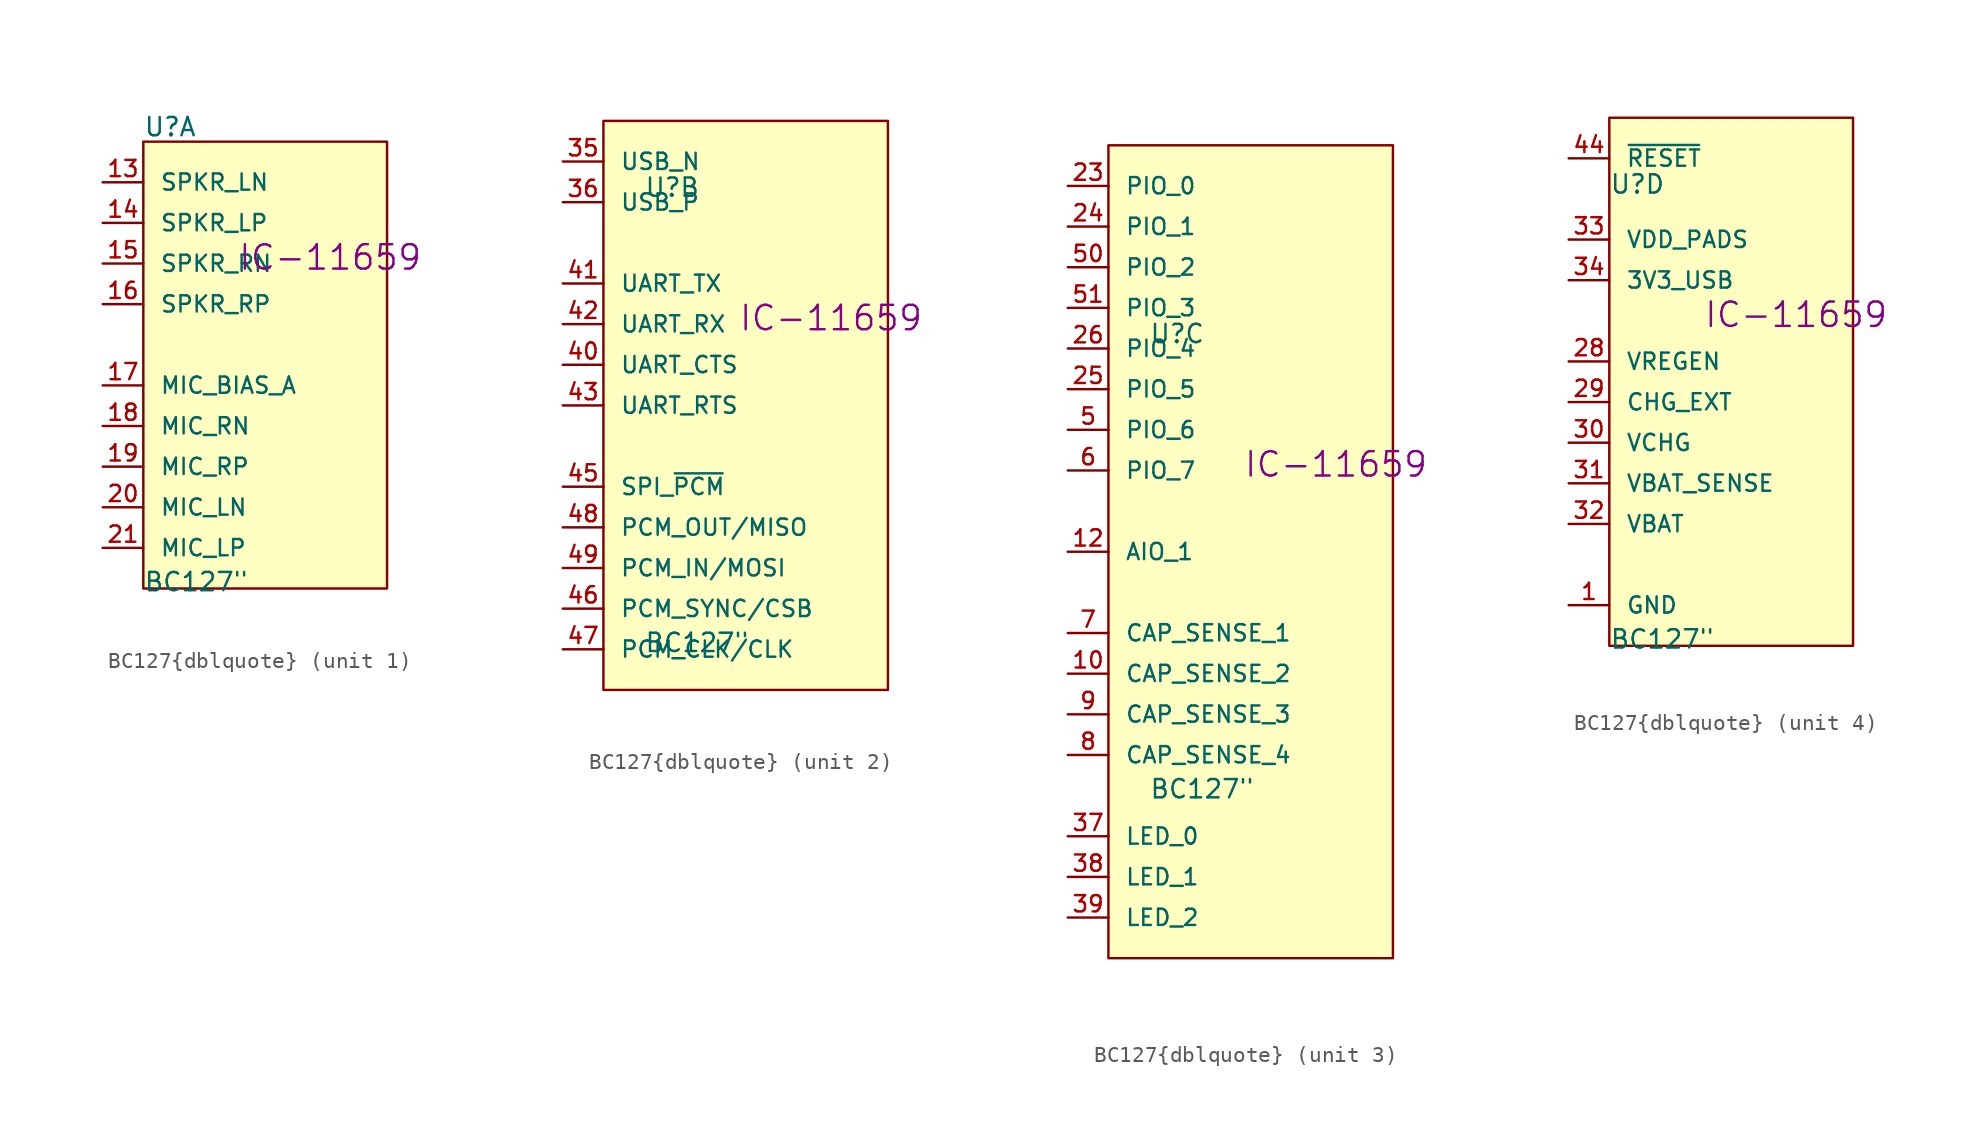
<source format=kicad_sym>
(kicad_symbol_lib
  (version 20220914)
  (generator kicad_symbol_editor)
  (symbol "BC127{dblquote}"
    (pin_names
      (offset 1.016))
    (property "Reference" "U"
      (at -7.62 12.954 0)
      (effects (font (size 1.143 1.143)) (justify left bottom)))
    (property "Value" "BC127\""
      (at -7.62 -15.494 0)
      (effects (font (size 1.143 1.143)) (justify left bottom)))
    (property "Field4" "IC-11659"
      (at 4.064 5.461 0)
      (effects (font (size 1.524 1.524))))
    (property "ki_locked" ""
      (at 0 0 0)
      (effects (font (size 1.27 1.27))))
    (symbol "BC127{dblquote}_1_1"
      (polyline (pts (xy -7.62 12.7) (xy -7.62 -15.24) (xy 7.62 -15.24) (xy 7.62 12.7) (xy -7.62 12.7)) (stroke (width 0) (type solid)) (fill (type background)))
      (pin bidirectional line (at -10.16 10.16 0) (length 2.54) (name "SPKR_LN" (effects (font (size 1.016 1.016)))) (number "13" (effects (font (size 1.016 1.016)))))
      (pin bidirectional line (at -10.16 7.62 0) (length 2.54) (name "SPKR_LP" (effects (font (size 1.016 1.016)))) (number "14" (effects (font (size 1.016 1.016)))))
      (pin bidirectional line (at -10.16 5.08 0) (length 2.54) (name "SPKR_RN" (effects (font (size 1.016 1.016)))) (number "15" (effects (font (size 1.016 1.016)))))
      (pin bidirectional line (at -10.16 2.54 0) (length 2.54) (name "SPKR_RP" (effects (font (size 1.016 1.016)))) (number "16" (effects (font (size 1.016 1.016)))))
      (pin bidirectional line (at -10.16 -2.54 0) (length 2.54) (name "MIC_BIAS_A" (effects (font (size 1.016 1.016)))) (number "17" (effects (font (size 1.016 1.016)))))
      (pin bidirectional line (at -10.16 -5.08 0) (length 2.54) (name "MIC_RN" (effects (font (size 1.016 1.016)))) (number "18" (effects (font (size 1.016 1.016)))))
      (pin bidirectional line (at -10.16 -7.62 0) (length 2.54) (name "MIC_RP" (effects (font (size 1.016 1.016)))) (number "19" (effects (font (size 1.016 1.016)))))
      (pin bidirectional line (at -10.16 -10.16 0) (length 2.54) (name "MIC_LN" (effects (font (size 1.016 1.016)))) (number "20" (effects (font (size 1.016 1.016)))))
      (pin bidirectional line (at -10.16 -12.7 0) (length 2.54) (name "MIC_LP" (effects (font (size 1.016 1.016)))) (number "21" (effects (font (size 1.016 1.016))))))
    (symbol "BC127{dblquote}_2_1"
      (polyline (pts (xy -10.16 17.78) (xy -10.16 -17.78) (xy 7.62 -17.78) (xy 7.62 17.78) (xy -10.16 17.78)) (stroke (width 0) (type solid)) (fill (type background)))
      (pin bidirectional line (at -12.7 15.24 0) (length 2.54) (name "USB_N" (effects (font (size 1.016 1.016)))) (number "35" (effects (font (size 1.016 1.016)))))
      (pin bidirectional line (at -12.7 12.7 0) (length 2.54) (name "USB_P" (effects (font (size 1.016 1.016)))) (number "36" (effects (font (size 1.016 1.016)))))
      (pin bidirectional line (at -12.7 2.54 0) (length 2.54) (name "UART_CTS" (effects (font (size 1.016 1.016)))) (number "40" (effects (font (size 1.016 1.016)))))
      (pin bidirectional line (at -12.7 7.62 0) (length 2.54) (name "UART_TX" (effects (font (size 1.016 1.016)))) (number "41" (effects (font (size 1.016 1.016)))))
      (pin bidirectional line (at -12.7 5.08 0) (length 2.54) (name "UART_RX" (effects (font (size 1.016 1.016)))) (number "42" (effects (font (size 1.016 1.016)))))
      (pin bidirectional line (at -12.7 0 0) (length 2.54) (name "UART_RTS" (effects (font (size 1.016 1.016)))) (number "43" (effects (font (size 1.016 1.016)))))
      (pin bidirectional line (at -12.7 -5.08 0) (length 2.54) (name "SPI_~{PCM}" (effects (font (size 1.016 1.016)))) (number "45" (effects (font (size 1.016 1.016)))))
      (pin bidirectional line (at -12.7 -12.7 0) (length 2.54) (name "PCM_SYNC/CSB" (effects (font (size 1.016 1.016)))) (number "46" (effects (font (size 1.016 1.016)))))
      (pin bidirectional line (at -12.7 -15.24 0) (length 2.54) (name "PCM_CLK/CLK" (effects (font (size 1.016 1.016)))) (number "47" (effects (font (size 1.016 1.016)))))
      (pin bidirectional line (at -12.7 -7.62 0) (length 2.54) (name "PCM_OUT/MISO" (effects (font (size 1.016 1.016)))) (number "48" (effects (font (size 1.016 1.016)))))
      (pin bidirectional line (at -12.7 -10.16 0) (length 2.54) (name "PCM_IN/MOSI" (effects (font (size 1.016 1.016)))) (number "49" (effects (font (size 1.016 1.016))))))
    (symbol "BC127{dblquote}_3_1"
      (polyline (pts (xy -10.16 25.4) (xy -10.16 -25.4) (xy 7.62 -25.4) (xy 7.62 25.4) (xy -10.16 25.4)) (stroke (width 0) (type solid)) (fill (type background)))
      (pin bidirectional line (at -12.7 -7.62 0) (length 2.54) (name "CAP_SENSE_2" (effects (font (size 1.016 1.016)))) (number "10" (effects (font (size 1.016 1.016)))))
      (pin bidirectional line (at -12.7 0 0) (length 2.54) (name "AIO_1" (effects (font (size 1.016 1.016)))) (number "12" (effects (font (size 1.016 1.016)))))
      (pin bidirectional line (at -12.7 22.86 0) (length 2.54) (name "PIO_0" (effects (font (size 1.016 1.016)))) (number "23" (effects (font (size 1.016 1.016)))))
      (pin bidirectional line (at -12.7 20.32 0) (length 2.54) (name "PIO_1" (effects (font (size 1.016 1.016)))) (number "24" (effects (font (size 1.016 1.016)))))
      (pin bidirectional line (at -12.7 10.16 0) (length 2.54) (name "PIO_5" (effects (font (size 1.016 1.016)))) (number "25" (effects (font (size 1.016 1.016)))))
      (pin bidirectional line (at -12.7 12.7 0) (length 2.54) (name "PIO_4" (effects (font (size 1.016 1.016)))) (number "26" (effects (font (size 1.016 1.016)))))
      (pin bidirectional line (at -12.7 -17.78 0) (length 2.54) (name "LED_0" (effects (font (size 1.016 1.016)))) (number "37" (effects (font (size 1.016 1.016)))))
      (pin bidirectional line (at -12.7 -20.32 0) (length 2.54) (name "LED_1" (effects (font (size 1.016 1.016)))) (number "38" (effects (font (size 1.016 1.016)))))
      (pin bidirectional line (at -12.7 -22.86 0) (length 2.54) (name "LED_2" (effects (font (size 1.016 1.016)))) (number "39" (effects (font (size 1.016 1.016)))))
      (pin bidirectional line (at -12.7 7.62 0) (length 2.54) (name "PIO_6" (effects (font (size 1.016 1.016)))) (number "5" (effects (font (size 1.016 1.016)))))
      (pin bidirectional line (at -12.7 17.78 0) (length 2.54) (name "PIO_2" (effects (font (size 1.016 1.016)))) (number "50" (effects (font (size 1.016 1.016)))))
      (pin bidirectional line (at -12.7 15.24 0) (length 2.54) (name "PIO_3" (effects (font (size 1.016 1.016)))) (number "51" (effects (font (size 1.016 1.016)))))
      (pin bidirectional line (at -12.7 5.08 0) (length 2.54) (name "PIO_7" (effects (font (size 1.016 1.016)))) (number "6" (effects (font (size 1.016 1.016)))))
      (pin bidirectional line (at -12.7 -5.08 0) (length 2.54) (name "CAP_SENSE_1" (effects (font (size 1.016 1.016)))) (number "7" (effects (font (size 1.016 1.016)))))
      (pin bidirectional line (at -12.7 -12.7 0) (length 2.54) (name "CAP_SENSE_4" (effects (font (size 1.016 1.016)))) (number "8" (effects (font (size 1.016 1.016)))))
      (pin bidirectional line (at -12.7 -10.16 0) (length 2.54) (name "CAP_SENSE_3" (effects (font (size 1.016 1.016)))) (number "9" (effects (font (size 1.016 1.016))))))
    (symbol "BC127{dblquote}_4_1"
      (polyline (pts (xy -7.62 17.78) (xy -7.62 -15.24) (xy 7.62 -15.24) (xy 7.62 17.78) (xy -7.62 17.78)) (stroke (width 0) (type solid)) (fill (type background)))
      (pin bidirectional line (at -10.16 -12.7 0) (length 2.54) (name "GND" (effects (font (size 1.016 1.016)))) (number "1" (effects (font (size 1.016 1.016)))))
      (pin bidirectional line (at -10.16 -12.7 0) (length 2.54) hide (name "GND" (effects (font (size 1.016 1.016)))) (number "11" (effects (font (size 1.016 1.016)))))
      (pin bidirectional line (at -10.16 -12.7 0) (length 2.54) hide (name "GND" (effects (font (size 1.016 1.016)))) (number "2" (effects (font (size 1.016 1.016)))))
      (pin bidirectional line (at -10.16 -12.7 0) (length 2.54) hide (name "GND" (effects (font (size 1.016 1.016)))) (number "22" (effects (font (size 1.016 1.016)))))
      (pin bidirectional line (at -10.16 -12.7 0) (length 2.54) hide (name "GND" (effects (font (size 1.016 1.016)))) (number "27" (effects (font (size 1.016 1.016)))))
      (pin bidirectional line (at -10.16 2.54 0) (length 2.54) (name "VREGEN" (effects (font (size 1.016 1.016)))) (number "28" (effects (font (size 1.016 1.016)))))
      (pin bidirectional line (at -10.16 0 0) (length 2.54) (name "CHG_EXT" (effects (font (size 1.016 1.016)))) (number "29" (effects (font (size 1.016 1.016)))))
      (pin bidirectional line (at -10.16 -12.7 0) (length 2.54) hide (name "GND" (effects (font (size 1.016 1.016)))) (number "3" (effects (font (size 1.016 1.016)))))
      (pin bidirectional line (at -10.16 -2.54 0) (length 2.54) (name "VCHG" (effects (font (size 1.016 1.016)))) (number "30" (effects (font (size 1.016 1.016)))))
      (pin bidirectional line (at -10.16 -5.08 0) (length 2.54) (name "VBAT_SENSE" (effects (font (size 1.016 1.016)))) (number "31" (effects (font (size 1.016 1.016)))))
      (pin bidirectional line (at -10.16 -7.62 0) (length 2.54) (name "VBAT" (effects (font (size 1.016 1.016)))) (number "32" (effects (font (size 1.016 1.016)))))
      (pin bidirectional line (at -10.16 10.16 0) (length 2.54) (name "VDD_PADS" (effects (font (size 1.016 1.016)))) (number "33" (effects (font (size 1.016 1.016)))))
      (pin bidirectional line (at -10.16 7.62 0) (length 2.54) (name "3V3_USB" (effects (font (size 1.016 1.016)))) (number "34" (effects (font (size 1.016 1.016)))))
      (pin bidirectional line (at -10.16 -12.7 0) (length 2.54) hide (name "GND" (effects (font (size 1.016 1.016)))) (number "4" (effects (font (size 1.016 1.016)))))
      (pin bidirectional line (at -10.16 15.24 0) (length 2.54) (name "~{RESET}" (effects (font (size 1.016 1.016)))) (number "44" (effects (font (size 1.016 1.016))))))))
</source>
